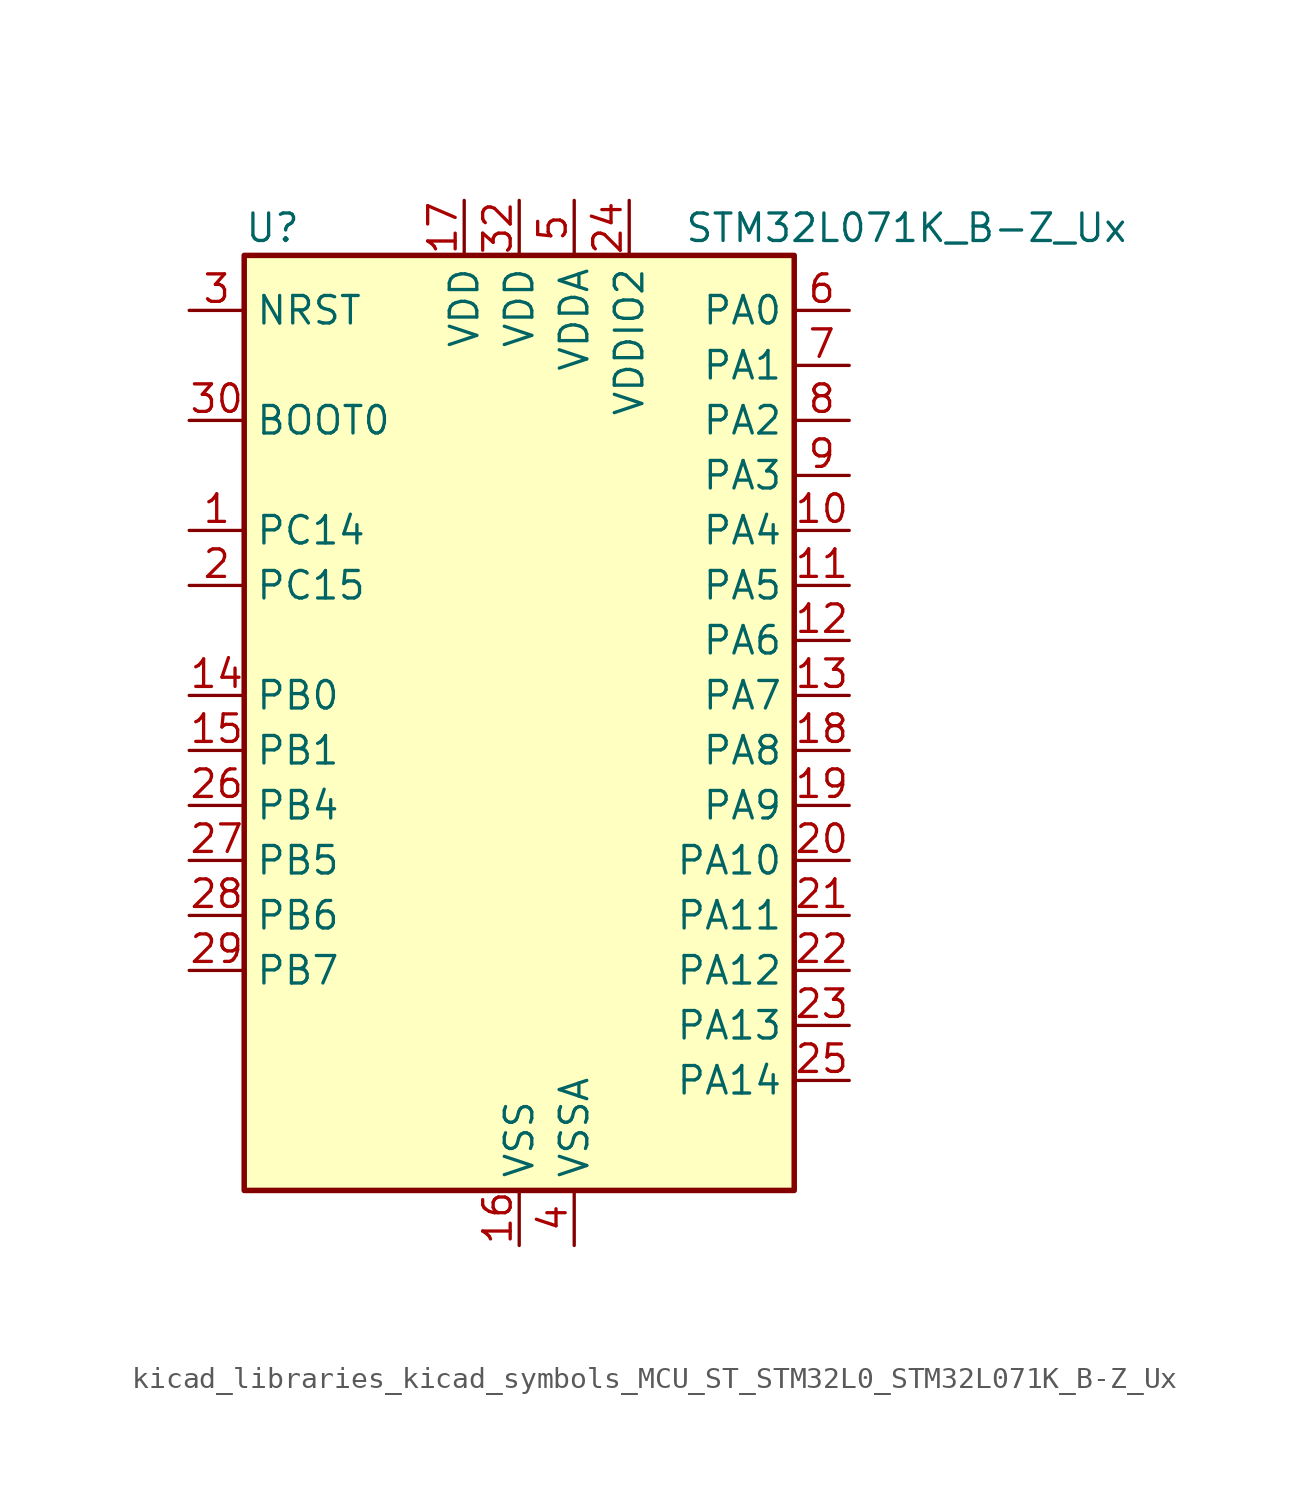
<source format=kicad_sym>
(kicad_symbol_lib
  (version 20220914)
  (generator kicad_symbol_editor)
  (symbol "kicad_libraries_kicad_symbols_MCU_ST_STM32L0_STM32L071K_B-Z_Ux"
    (property "Reference" "U"
      (at -12.7 24.13 0)
      (effects (font (size 1.27 1.27)) (justify left)))
    (property "Value" "STM32L071K_B-Z_Ux"
      (at 7.62 24.13 0)
      (effects (font (size 1.27 1.27)) (justify left)))
    (property "ki_locked" ""
      (at 0 0 0)
      (effects (font (size 1.27 1.27))))
    (symbol "kicad_libraries_kicad_symbols_MCU_ST_STM32L0_STM32L071K_B-Z_Ux_0_1"
      (rectangle (start -12.7 -20.32) (end 12.7 22.86) (stroke (width 0.254) (type default)) (fill (type background))))
    (symbol "kicad_libraries_kicad_symbols_MCU_ST_STM32L0_STM32L071K_B-Z_Ux_1_1"
      (pin bidirectional line (at -15.24 10.16 0) (length 2.54) (name "PC14" (effects (font (size 1.27 1.27)))) (number "1" (effects (font (size 1.27 1.27)))) (alternate "RCC_OSC32_IN" bidirectional line))
      (pin bidirectional line (at 15.24 10.16 180) (length 2.54) (name "PA4" (effects (font (size 1.27 1.27)))) (number "10" (effects (font (size 1.27 1.27)))) (alternate "ADC_IN4" bidirectional line) (alternate "COMP1_INM" bidirectional line) (alternate "COMP2_INM" bidirectional line) (alternate "SPI1_NSS" bidirectional line) (alternate "TIM22_ETR" bidirectional line) (alternate "USART2_CK" bidirectional line))
      (pin bidirectional line (at 15.24 7.62 180) (length 2.54) (name "PA5" (effects (font (size 1.27 1.27)))) (number "11" (effects (font (size 1.27 1.27)))) (alternate "ADC_IN5" bidirectional line) (alternate "COMP1_INM" bidirectional line) (alternate "COMP2_INM" bidirectional line) (alternate "SPI1_SCK" bidirectional line) (alternate "TIM2_CH1" bidirectional line) (alternate "TIM2_ETR" bidirectional line))
      (pin bidirectional line (at 15.24 5.08 180) (length 2.54) (name "PA6" (effects (font (size 1.27 1.27)))) (number "12" (effects (font (size 1.27 1.27)))) (alternate "ADC_IN6" bidirectional line) (alternate "COMP1_OUT" bidirectional line) (alternate "LPUART1_CTS" bidirectional line) (alternate "SPI1_MISO" bidirectional line) (alternate "TIM22_CH1" bidirectional line) (alternate "TIM3_CH1" bidirectional line))
      (pin bidirectional line (at 15.24 2.54 180) (length 2.54) (name "PA7" (effects (font (size 1.27 1.27)))) (number "13" (effects (font (size 1.27 1.27)))) (alternate "ADC_IN7" bidirectional line) (alternate "COMP2_OUT" bidirectional line) (alternate "SPI1_MOSI" bidirectional line) (alternate "TIM22_CH2" bidirectional line) (alternate "TIM3_CH2" bidirectional line))
      (pin bidirectional line (at -15.24 2.54 0) (length 2.54) (name "PB0" (effects (font (size 1.27 1.27)))) (number "14" (effects (font (size 1.27 1.27)))) (alternate "ADC_IN8" bidirectional line) (alternate "SYS_VREF_OUT_PB0" bidirectional line) (alternate "TIM3_CH3" bidirectional line))
      (pin bidirectional line (at -15.24 0 0) (length 2.54) (name "PB1" (effects (font (size 1.27 1.27)))) (number "15" (effects (font (size 1.27 1.27)))) (alternate "ADC_IN9" bidirectional line) (alternate "LPUART1_DE" bidirectional line) (alternate "LPUART1_RTS" bidirectional line) (alternate "SYS_VREF_OUT_PB1" bidirectional line) (alternate "TIM3_CH4" bidirectional line))
      (pin power_in line (at 0 -22.86 90) (length 2.54) (name "VSS" (effects (font (size 1.27 1.27)))) (number "16" (effects (font (size 1.27 1.27)))))
      (pin power_in line (at -2.54 25.4 270) (length 2.54) (name "VDD" (effects (font (size 1.27 1.27)))) (number "17" (effects (font (size 1.27 1.27)))))
      (pin bidirectional line (at 15.24 0 180) (length 2.54) (name "PA8" (effects (font (size 1.27 1.27)))) (number "18" (effects (font (size 1.27 1.27)))) (alternate "I2C3_SCL" bidirectional line) (alternate "RCC_MCO" bidirectional line) (alternate "USART1_CK" bidirectional line))
      (pin bidirectional line (at 15.24 -2.54 180) (length 2.54) (name "PA9" (effects (font (size 1.27 1.27)))) (number "19" (effects (font (size 1.27 1.27)))) (alternate "I2C1_SCL" bidirectional line) (alternate "I2C3_SMBA" bidirectional line) (alternate "RCC_MCO" bidirectional line) (alternate "USART1_TX" bidirectional line))
      (pin bidirectional line (at -15.24 7.62 0) (length 2.54) (name "PC15" (effects (font (size 1.27 1.27)))) (number "2" (effects (font (size 1.27 1.27)))) (alternate "RCC_OSC32_OUT" bidirectional line))
      (pin bidirectional line (at 15.24 -5.08 180) (length 2.54) (name "PA10" (effects (font (size 1.27 1.27)))) (number "20" (effects (font (size 1.27 1.27)))) (alternate "I2C1_SDA" bidirectional line) (alternate "USART1_RX" bidirectional line))
      (pin bidirectional line (at 15.24 -7.62 180) (length 2.54) (name "PA11" (effects (font (size 1.27 1.27)))) (number "21" (effects (font (size 1.27 1.27)))) (alternate "ADC_EXTI11" bidirectional line) (alternate "COMP1_OUT" bidirectional line) (alternate "SPI1_MISO" bidirectional line) (alternate "USART1_CTS" bidirectional line))
      (pin bidirectional line (at 15.24 -10.16 180) (length 2.54) (name "PA12" (effects (font (size 1.27 1.27)))) (number "22" (effects (font (size 1.27 1.27)))) (alternate "COMP2_OUT" bidirectional line) (alternate "SPI1_MOSI" bidirectional line) (alternate "USART1_DE" bidirectional line) (alternate "USART1_RTS" bidirectional line))
      (pin bidirectional line (at 15.24 -12.7 180) (length 2.54) (name "PA13" (effects (font (size 1.27 1.27)))) (number "23" (effects (font (size 1.27 1.27)))) (alternate "LPUART1_RX" bidirectional line) (alternate "SYS_SWDIO" bidirectional line))
      (pin power_in line (at 5.08 25.4 270) (length 2.54) (name "VDDIO2" (effects (font (size 1.27 1.27)))) (number "24" (effects (font (size 1.27 1.27)))))
      (pin bidirectional line (at 15.24 -15.24 180) (length 2.54) (name "PA14" (effects (font (size 1.27 1.27)))) (number "25" (effects (font (size 1.27 1.27)))) (alternate "LPUART1_TX" bidirectional line) (alternate "SYS_SWCLK" bidirectional line) (alternate "USART2_TX" bidirectional line))
      (pin bidirectional line (at -15.24 -2.54 0) (length 2.54) (name "PB4" (effects (font (size 1.27 1.27)))) (number "26" (effects (font (size 1.27 1.27)))) (alternate "COMP2_INP" bidirectional line) (alternate "I2C3_SDA" bidirectional line) (alternate "SPI1_MISO" bidirectional line) (alternate "TIM22_CH1" bidirectional line) (alternate "TIM3_CH1" bidirectional line) (alternate "USART1_CTS" bidirectional line))
      (pin bidirectional line (at -15.24 -5.08 0) (length 2.54) (name "PB5" (effects (font (size 1.27 1.27)))) (number "27" (effects (font (size 1.27 1.27)))) (alternate "COMP2_INP" bidirectional line) (alternate "I2C1_SMBA" bidirectional line) (alternate "LPTIM1_IN1" bidirectional line) (alternate "SPI1_MOSI" bidirectional line) (alternate "TIM22_CH2" bidirectional line) (alternate "TIM3_CH2" bidirectional line) (alternate "USART1_CK" bidirectional line))
      (pin bidirectional line (at -15.24 -7.62 0) (length 2.54) (name "PB6" (effects (font (size 1.27 1.27)))) (number "28" (effects (font (size 1.27 1.27)))) (alternate "COMP2_INP" bidirectional line) (alternate "I2C1_SCL" bidirectional line) (alternate "LPTIM1_ETR" bidirectional line) (alternate "USART1_TX" bidirectional line))
      (pin bidirectional line (at -15.24 -10.16 0) (length 2.54) (name "PB7" (effects (font (size 1.27 1.27)))) (number "29" (effects (font (size 1.27 1.27)))) (alternate "COMP2_INP" bidirectional line) (alternate "I2C1_SDA" bidirectional line) (alternate "LPTIM1_IN2" bidirectional line) (alternate "SYS_PVD_IN" bidirectional line) (alternate "USART1_RX" bidirectional line) (alternate "USART4_CTS" bidirectional line))
      (pin input line (at -15.24 20.32 0) (length 2.54) (name "NRST" (effects (font (size 1.27 1.27)))) (number "3" (effects (font (size 1.27 1.27)))))
      (pin input line (at -15.24 15.24 0) (length 2.54) (name "BOOT0" (effects (font (size 1.27 1.27)))) (number "30" (effects (font (size 1.27 1.27)))))
      (pin passive line (at 0 -22.86 90) (length 2.54) hide (name "VSS" (effects (font (size 1.27 1.27)))) (number "31" (effects (font (size 1.27 1.27)))))
      (pin power_in line (at 0 25.4 270) (length 2.54) (name "VDD" (effects (font (size 1.27 1.27)))) (number "32" (effects (font (size 1.27 1.27)))))
      (pin passive line (at 0 -22.86 90) (length 2.54) hide (name "VSS" (effects (font (size 1.27 1.27)))) (number "33" (effects (font (size 1.27 1.27)))))
      (pin power_in line (at 2.54 -22.86 90) (length 2.54) (name "VSSA" (effects (font (size 1.27 1.27)))) (number "4" (effects (font (size 1.27 1.27)))))
      (pin power_in line (at 2.54 25.4 270) (length 2.54) (name "VDDA" (effects (font (size 1.27 1.27)))) (number "5" (effects (font (size 1.27 1.27)))))
      (pin bidirectional line (at 15.24 20.32 180) (length 2.54) (name "PA0" (effects (font (size 1.27 1.27)))) (number "6" (effects (font (size 1.27 1.27)))) (alternate "ADC_IN0" bidirectional line) (alternate "COMP1_INM" bidirectional line) (alternate "COMP1_OUT" bidirectional line) (alternate "RTC_TAMP2" bidirectional line) (alternate "SYS_WKUP1" bidirectional line) (alternate "TIM2_CH1" bidirectional line) (alternate "TIM2_ETR" bidirectional line) (alternate "USART2_CTS" bidirectional line) (alternate "USART4_TX" bidirectional line))
      (pin bidirectional line (at 15.24 17.78 180) (length 2.54) (name "PA1" (effects (font (size 1.27 1.27)))) (number "7" (effects (font (size 1.27 1.27)))) (alternate "ADC_IN1" bidirectional line) (alternate "COMP1_INP" bidirectional line) (alternate "TIM21_ETR" bidirectional line) (alternate "TIM2_CH2" bidirectional line) (alternate "USART2_DE" bidirectional line) (alternate "USART2_RTS" bidirectional line) (alternate "USART4_RX" bidirectional line))
      (pin bidirectional line (at 15.24 15.24 180) (length 2.54) (name "PA2" (effects (font (size 1.27 1.27)))) (number "8" (effects (font (size 1.27 1.27)))) (alternate "ADC_IN2" bidirectional line) (alternate "COMP2_INM" bidirectional line) (alternate "COMP2_OUT" bidirectional line) (alternate "LPUART1_TX" bidirectional line) (alternate "TIM21_CH1" bidirectional line) (alternate "TIM2_CH3" bidirectional line) (alternate "USART2_TX" bidirectional line))
      (pin bidirectional line (at 15.24 12.7 180) (length 2.54) (name "PA3" (effects (font (size 1.27 1.27)))) (number "9" (effects (font (size 1.27 1.27)))) (alternate "ADC_IN3" bidirectional line) (alternate "COMP2_INP" bidirectional line) (alternate "LPUART1_RX" bidirectional line) (alternate "TIM21_CH2" bidirectional line) (alternate "TIM2_CH4" bidirectional line) (alternate "USART2_RX" bidirectional line)))))
</source>
